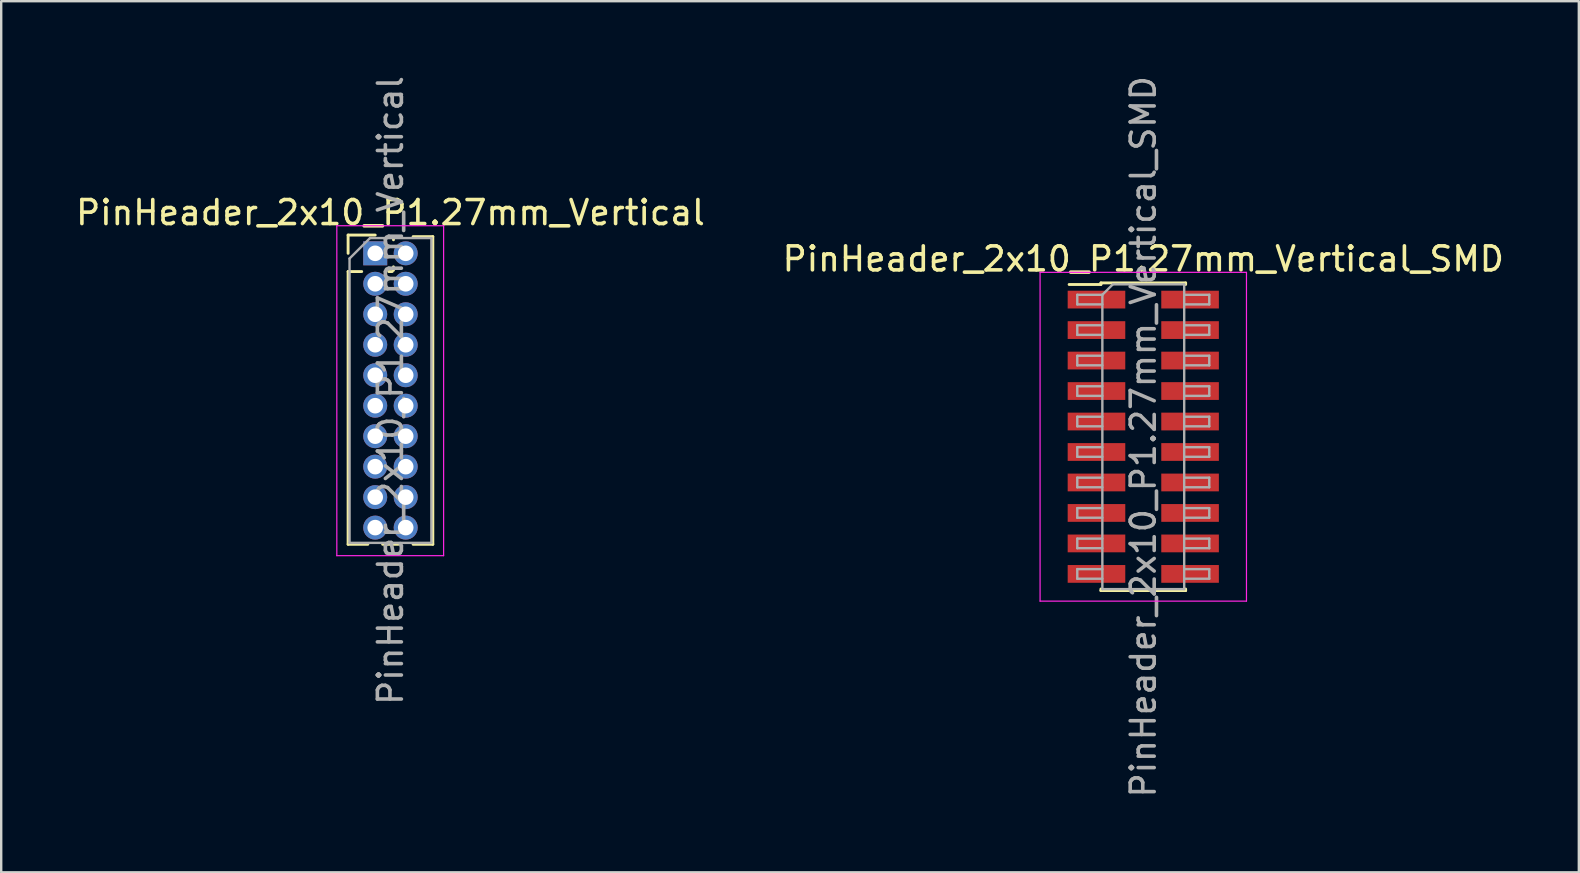
<source format=kicad_pcb>
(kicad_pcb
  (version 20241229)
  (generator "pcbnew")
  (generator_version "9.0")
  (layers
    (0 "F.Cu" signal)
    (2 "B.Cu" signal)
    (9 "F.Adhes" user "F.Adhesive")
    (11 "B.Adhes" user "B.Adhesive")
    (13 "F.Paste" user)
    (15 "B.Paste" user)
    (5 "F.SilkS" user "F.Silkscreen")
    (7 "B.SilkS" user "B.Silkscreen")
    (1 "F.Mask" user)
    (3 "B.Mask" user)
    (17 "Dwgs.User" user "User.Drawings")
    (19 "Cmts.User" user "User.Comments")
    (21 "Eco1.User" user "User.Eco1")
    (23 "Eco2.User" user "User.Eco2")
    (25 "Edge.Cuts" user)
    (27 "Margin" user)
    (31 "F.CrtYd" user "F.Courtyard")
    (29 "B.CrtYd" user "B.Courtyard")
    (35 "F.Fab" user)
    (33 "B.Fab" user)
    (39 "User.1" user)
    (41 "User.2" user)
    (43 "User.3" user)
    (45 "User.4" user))
  (footprint "PinHeader_2x10_P1.27mm_Vertical"
    (layer "F.Cu")
    (at 12.585 7.505)
    (property "Reference" "PinHeader_2x10_P1.27mm_Vertical" (at 0.635 -1.695 0) (layer "F.SilkS") (effects (font (size 1 1) (thickness 0.15))))
    (attr through_hole)
    (fp_line (start -1.13 -0.76) (end 0 -0.76) (stroke (width 0.12) (type solid)) (layer "F.SilkS"))
    (fp_line (start -1.13 0) (end -1.13 -0.76) (stroke (width 0.12) (type solid)) (layer "F.SilkS"))
    (fp_line (start -1.13 0.76) (end -1.13 12.125) (stroke (width 0.12) (type solid)) (layer "F.SilkS"))
    (fp_line (start -1.13 0.76) (end -0.563 0.76) (stroke (width 0.12) (type solid)) (layer "F.SilkS"))
    (fp_line (start -1.13 12.125) (end -0.308 12.125) (stroke (width 0.12) (type solid)) (layer "F.SilkS"))
    (fp_line (start 0.308 12.125) (end 0.962 12.125) (stroke (width 0.12) (type solid)) (layer "F.SilkS"))
    (fp_line (start 0.563 0.76) (end 0.707 0.76) (stroke (width 0.12) (type solid)) (layer "F.SilkS"))
    (fp_line (start 0.76 -0.695) (end 0.962 -0.695) (stroke (width 0.12) (type solid)) (layer "F.SilkS"))
    (fp_line (start 0.76 -0.563) (end 0.76 -0.695) (stroke (width 0.12) (type solid)) (layer "F.SilkS"))
    (fp_line (start 0.76 0.707) (end 0.76 0.563) (stroke (width 0.12) (type solid)) (layer "F.SilkS"))
    (fp_line (start 1.578 -0.695) (end 2.4 -0.695) (stroke (width 0.12) (type solid)) (layer "F.SilkS"))
    (fp_line (start 1.578 12.125) (end 2.4 12.125) (stroke (width 0.12) (type solid)) (layer "F.SilkS"))
    (fp_line (start 2.4 -0.695) (end 2.4 12.125) (stroke (width 0.12) (type solid)) (layer "F.SilkS"))
    (fp_line (start -1.6 -1.15) (end -1.6 12.6) (stroke (width 0.05) (type solid)) (layer "F.CrtYd"))
    (fp_line (start -1.6 12.6) (end 2.85 12.6) (stroke (width 0.05) (type solid)) (layer "F.CrtYd"))
    (fp_line (start 2.85 -1.15) (end -1.6 -1.15) (stroke (width 0.05) (type solid)) (layer "F.CrtYd"))
    (fp_line (start 2.85 12.6) (end 2.85 -1.15) (stroke (width 0.05) (type solid)) (layer "F.CrtYd"))
    (fp_line (start -1.07 0.217) (end -0.217 -0.635) (stroke (width 0.1) (type solid)) (layer "F.Fab"))
    (fp_line (start -1.07 12.065) (end -1.07 0.217) (stroke (width 0.1) (type solid)) (layer "F.Fab"))
    (fp_line (start -0.217 -0.635) (end 2.34 -0.635) (stroke (width 0.1) (type solid)) (layer "F.Fab"))
    (fp_line (start 2.34 -0.635) (end 2.34 12.065) (stroke (width 0.1) (type solid)) (layer "F.Fab"))
    (fp_line (start 2.34 12.065) (end -1.07 12.065) (stroke (width 0.1) (type solid)) (layer "F.Fab"))
    (fp_text user "${REFERENCE}" (at 0.635 5.715 90) (layer "F.Fab") (effects (font (size 1 1) (thickness 0.15))))
    (pad "1" thru_hole rect (at 0 0) (size 1 1) (drill 0.65) (layers "*.Cu" "*.Mask"))
    (pad "2" thru_hole oval (at 1.27 0) (size 1 1) (drill 0.65) (layers "*.Cu" "*.Mask"))
    (pad "3" thru_hole oval (at 0 1.27) (size 1 1) (drill 0.65) (layers "*.Cu" "*.Mask"))
    (pad "4" thru_hole oval (at 1.27 1.27) (size 1 1) (drill 0.65) (layers "*.Cu" "*.Mask"))
    (pad "5" thru_hole oval (at 0 2.54) (size 1 1) (drill 0.65) (layers "*.Cu" "*.Mask"))
    (pad "6" thru_hole oval (at 1.27 2.54) (size 1 1) (drill 0.65) (layers "*.Cu" "*.Mask"))
    (pad "7" thru_hole oval (at 0 3.81) (size 1 1) (drill 0.65) (layers "*.Cu" "*.Mask"))
    (pad "8" thru_hole oval (at 1.27 3.81) (size 1 1) (drill 0.65) (layers "*.Cu" "*.Mask"))
    (pad "9" thru_hole oval (at 0 5.08) (size 1 1) (drill 0.65) (layers "*.Cu" "*.Mask"))
    (pad "10" thru_hole oval (at 1.27 5.08) (size 1 1) (drill 0.65) (layers "*.Cu" "*.Mask"))
    (pad "11" thru_hole oval (at 0 6.35) (size 1 1) (drill 0.65) (layers "*.Cu" "*.Mask"))
    (pad "12" thru_hole oval (at 1.27 6.35) (size 1 1) (drill 0.65) (layers "*.Cu" "*.Mask"))
    (pad "13" thru_hole oval (at 0 7.62) (size 1 1) (drill 0.65) (layers "*.Cu" "*.Mask"))
    (pad "14" thru_hole oval (at 1.27 7.62) (size 1 1) (drill 0.65) (layers "*.Cu" "*.Mask"))
    (pad "15" thru_hole oval (at 0 8.89) (size 1 1) (drill 0.65) (layers "*.Cu" "*.Mask"))
    (pad "16" thru_hole oval (at 1.27 8.89) (size 1 1) (drill 0.65) (layers "*.Cu" "*.Mask"))
    (pad "17" thru_hole oval (at 0 10.16) (size 1 1) (drill 0.65) (layers "*.Cu" "*.Mask"))
    (pad "18" thru_hole oval (at 1.27 10.16) (size 1 1) (drill 0.65) (layers "*.Cu" "*.Mask"))
    (pad "19" thru_hole oval (at 0 11.43) (size 1 1) (drill 0.65) (layers "*.Cu" "*.Mask"))
    (pad "20" thru_hole oval (at 1.27 11.43) (size 1 1) (drill 0.65) (layers "*.Cu" "*.Mask")))
  (footprint "PinHeader_2x10_P1.27mm_Vertical_SMD"
    (layer "F.Cu")
    (at 44.589 15.149)
    (property "Reference" "PinHeader_2x10_P1.27mm_Vertical_SMD" (at 0 -7.41 0) (layer "F.SilkS") (effects (font (size 1 1) (thickness 0.15))))
    (attr smd)
    (fp_line (start -3.09 -6.345) (end -1.765 -6.345) (stroke (width 0.12) (type solid)) (layer "F.SilkS"))
    (fp_line (start -1.765 -6.41) (end -1.765 -6.345) (stroke (width 0.12) (type solid)) (layer "F.SilkS"))
    (fp_line (start -1.765 -6.41) (end 1.765 -6.41) (stroke (width 0.12) (type solid)) (layer "F.SilkS"))
    (fp_line (start -1.765 6.345) (end -1.765 6.41) (stroke (width 0.12) (type solid)) (layer "F.SilkS"))
    (fp_line (start -1.765 6.41) (end 1.765 6.41) (stroke (width 0.12) (type solid)) (layer "F.SilkS"))
    (fp_line (start 1.765 -6.41) (end 1.765 -6.345) (stroke (width 0.12) (type solid)) (layer "F.SilkS"))
    (fp_line (start 1.765 6.345) (end 1.765 6.41) (stroke (width 0.12) (type solid)) (layer "F.SilkS"))
    (fp_line (start -4.3 -6.85) (end -4.3 6.85) (stroke (width 0.05) (type solid)) (layer "F.CrtYd"))
    (fp_line (start -4.3 6.85) (end 4.3 6.85) (stroke (width 0.05) (type solid)) (layer "F.CrtYd"))
    (fp_line (start 4.3 -6.85) (end -4.3 -6.85) (stroke (width 0.05) (type solid)) (layer "F.CrtYd"))
    (fp_line (start 4.3 6.85) (end 4.3 -6.85) (stroke (width 0.05) (type solid)) (layer "F.CrtYd"))
    (fp_line (start -2.75 -5.915) (end -2.75 -5.515) (stroke (width 0.1) (type solid)) (layer "F.Fab"))
    (fp_line (start -2.75 -5.515) (end -1.705 -5.515) (stroke (width 0.1) (type solid)) (layer "F.Fab"))
    (fp_line (start -2.75 -4.645) (end -2.75 -4.245) (stroke (width 0.1) (type solid)) (layer "F.Fab"))
    (fp_line (start -2.75 -4.245) (end -1.705 -4.245) (stroke (width 0.1) (type solid)) (layer "F.Fab"))
    (fp_line (start -2.75 -3.375) (end -2.75 -2.975) (stroke (width 0.1) (type solid)) (layer "F.Fab"))
    (fp_line (start -2.75 -2.975) (end -1.705 -2.975) (stroke (width 0.1) (type solid)) (layer "F.Fab"))
    (fp_line (start -2.75 -2.105) (end -2.75 -1.705) (stroke (width 0.1) (type solid)) (layer "F.Fab"))
    (fp_line (start -2.75 -1.705) (end -1.705 -1.705) (stroke (width 0.1) (type solid)) (layer "F.Fab"))
    (fp_line (start -2.75 -0.835) (end -2.75 -0.435) (stroke (width 0.1) (type solid)) (layer "F.Fab"))
    (fp_line (start -2.75 -0.435) (end -1.705 -0.435) (stroke (width 0.1) (type solid)) (layer "F.Fab"))
    (fp_line (start -2.75 0.435) (end -2.75 0.835) (stroke (width 0.1) (type solid)) (layer "F.Fab"))
    (fp_line (start -2.75 0.835) (end -1.705 0.835) (stroke (width 0.1) (type solid)) (layer "F.Fab"))
    (fp_line (start -2.75 1.705) (end -2.75 2.105) (stroke (width 0.1) (type solid)) (layer "F.Fab"))
    (fp_line (start -2.75 2.105) (end -1.705 2.105) (stroke (width 0.1) (type solid)) (layer "F.Fab"))
    (fp_line (start -2.75 2.975) (end -2.75 3.375) (stroke (width 0.1) (type solid)) (layer "F.Fab"))
    (fp_line (start -2.75 3.375) (end -1.705 3.375) (stroke (width 0.1) (type solid)) (layer "F.Fab"))
    (fp_line (start -2.75 4.245) (end -2.75 4.645) (stroke (width 0.1) (type solid)) (layer "F.Fab"))
    (fp_line (start -2.75 4.645) (end -1.705 4.645) (stroke (width 0.1) (type solid)) (layer "F.Fab"))
    (fp_line (start -2.75 5.515) (end -2.75 5.915) (stroke (width 0.1) (type solid)) (layer "F.Fab"))
    (fp_line (start -2.75 5.915) (end -1.705 5.915) (stroke (width 0.1) (type solid)) (layer "F.Fab"))
    (fp_line (start -1.705 -5.915) (end -2.75 -5.915) (stroke (width 0.1) (type solid)) (layer "F.Fab"))
    (fp_line (start -1.705 -5.915) (end -1.27 -6.35) (stroke (width 0.1) (type solid)) (layer "F.Fab"))
    (fp_line (start -1.705 -4.645) (end -2.75 -4.645) (stroke (width 0.1) (type solid)) (layer "F.Fab"))
    (fp_line (start -1.705 -3.375) (end -2.75 -3.375) (stroke (width 0.1) (type solid)) (layer "F.Fab"))
    (fp_line (start -1.705 -2.105) (end -2.75 -2.105) (stroke (width 0.1) (type solid)) (layer "F.Fab"))
    (fp_line (start -1.705 -0.835) (end -2.75 -0.835) (stroke (width 0.1) (type solid)) (layer "F.Fab"))
    (fp_line (start -1.705 0.435) (end -2.75 0.435) (stroke (width 0.1) (type solid)) (layer "F.Fab"))
    (fp_line (start -1.705 1.705) (end -2.75 1.705) (stroke (width 0.1) (type solid)) (layer "F.Fab"))
    (fp_line (start -1.705 2.975) (end -2.75 2.975) (stroke (width 0.1) (type solid)) (layer "F.Fab"))
    (fp_line (start -1.705 4.245) (end -2.75 4.245) (stroke (width 0.1) (type solid)) (layer "F.Fab"))
    (fp_line (start -1.705 5.515) (end -2.75 5.515) (stroke (width 0.1) (type solid)) (layer "F.Fab"))
    (fp_line (start -1.705 6.35) (end -1.705 -5.915) (stroke (width 0.1) (type solid)) (layer "F.Fab"))
    (fp_line (start -1.27 -6.35) (end 1.705 -6.35) (stroke (width 0.1) (type solid)) (layer "F.Fab"))
    (fp_line (start 1.705 -6.35) (end 1.705 6.35) (stroke (width 0.1) (type solid)) (layer "F.Fab"))
    (fp_line (start 1.705 -5.915) (end 2.75 -5.915) (stroke (width 0.1) (type solid)) (layer "F.Fab"))
    (fp_line (start 1.705 -4.645) (end 2.75 -4.645) (stroke (width 0.1) (type solid)) (layer "F.Fab"))
    (fp_line (start 1.705 -3.375) (end 2.75 -3.375) (stroke (width 0.1) (type solid)) (layer "F.Fab"))
    (fp_line (start 1.705 -2.105) (end 2.75 -2.105) (stroke (width 0.1) (type solid)) (layer "F.Fab"))
    (fp_line (start 1.705 -0.835) (end 2.75 -0.835) (stroke (width 0.1) (type solid)) (layer "F.Fab"))
    (fp_line (start 1.705 0.435) (end 2.75 0.435) (stroke (width 0.1) (type solid)) (layer "F.Fab"))
    (fp_line (start 1.705 1.705) (end 2.75 1.705) (stroke (width 0.1) (type solid)) (layer "F.Fab"))
    (fp_line (start 1.705 2.975) (end 2.75 2.975) (stroke (width 0.1) (type solid)) (layer "F.Fab"))
    (fp_line (start 1.705 4.245) (end 2.75 4.245) (stroke (width 0.1) (type solid)) (layer "F.Fab"))
    (fp_line (start 1.705 5.515) (end 2.75 5.515) (stroke (width 0.1) (type solid)) (layer "F.Fab"))
    (fp_line (start 1.705 6.35) (end -1.705 6.35) (stroke (width 0.1) (type solid)) (layer "F.Fab"))
    (fp_line (start 2.75 -5.915) (end 2.75 -5.515) (stroke (width 0.1) (type solid)) (layer "F.Fab"))
    (fp_line (start 2.75 -5.515) (end 1.705 -5.515) (stroke (width 0.1) (type solid)) (layer "F.Fab"))
    (fp_line (start 2.75 -4.645) (end 2.75 -4.245) (stroke (width 0.1) (type solid)) (layer "F.Fab"))
    (fp_line (start 2.75 -4.245) (end 1.705 -4.245) (stroke (width 0.1) (type solid)) (layer "F.Fab"))
    (fp_line (start 2.75 -3.375) (end 2.75 -2.975) (stroke (width 0.1) (type solid)) (layer "F.Fab"))
    (fp_line (start 2.75 -2.975) (end 1.705 -2.975) (stroke (width 0.1) (type solid)) (layer "F.Fab"))
    (fp_line (start 2.75 -2.105) (end 2.75 -1.705) (stroke (width 0.1) (type solid)) (layer "F.Fab"))
    (fp_line (start 2.75 -1.705) (end 1.705 -1.705) (stroke (width 0.1) (type solid)) (layer "F.Fab"))
    (fp_line (start 2.75 -0.835) (end 2.75 -0.435) (stroke (width 0.1) (type solid)) (layer "F.Fab"))
    (fp_line (start 2.75 -0.435) (end 1.705 -0.435) (stroke (width 0.1) (type solid)) (layer "F.Fab"))
    (fp_line (start 2.75 0.435) (end 2.75 0.835) (stroke (width 0.1) (type solid)) (layer "F.Fab"))
    (fp_line (start 2.75 0.835) (end 1.705 0.835) (stroke (width 0.1) (type solid)) (layer "F.Fab"))
    (fp_line (start 2.75 1.705) (end 2.75 2.105) (stroke (width 0.1) (type solid)) (layer "F.Fab"))
    (fp_line (start 2.75 2.105) (end 1.705 2.105) (stroke (width 0.1) (type solid)) (layer "F.Fab"))
    (fp_line (start 2.75 2.975) (end 2.75 3.375) (stroke (width 0.1) (type solid)) (layer "F.Fab"))
    (fp_line (start 2.75 3.375) (end 1.705 3.375) (stroke (width 0.1) (type solid)) (layer "F.Fab"))
    (fp_line (start 2.75 4.245) (end 2.75 4.645) (stroke (width 0.1) (type solid)) (layer "F.Fab"))
    (fp_line (start 2.75 4.645) (end 1.705 4.645) (stroke (width 0.1) (type solid)) (layer "F.Fab"))
    (fp_line (start 2.75 5.515) (end 2.75 5.915) (stroke (width 0.1) (type solid)) (layer "F.Fab"))
    (fp_line (start 2.75 5.915) (end 1.705 5.915) (stroke (width 0.1) (type solid)) (layer "F.Fab"))
    (fp_text user "${REFERENCE}" (at 0 0 90) (layer "F.Fab") (effects (font (size 1 1) (thickness 0.15))))
    (pad "1" smd rect (at -1.95 -5.715) (size 2.4 0.74) (layers "F.Cu" "F.Mask" "F.Paste"))
    (pad "2" smd rect (at 1.95 -5.715) (size 2.4 0.74) (layers "F.Cu" "F.Mask" "F.Paste"))
    (pad "3" smd rect (at -1.95 -4.445) (size 2.4 0.74) (layers "F.Cu" "F.Mask" "F.Paste"))
    (pad "4" smd rect (at 1.95 -4.445) (size 2.4 0.74) (layers "F.Cu" "F.Mask" "F.Paste"))
    (pad "5" smd rect (at -1.95 -3.175) (size 2.4 0.74) (layers "F.Cu" "F.Mask" "F.Paste"))
    (pad "6" smd rect (at 1.95 -3.175) (size 2.4 0.74) (layers "F.Cu" "F.Mask" "F.Paste"))
    (pad "7" smd rect (at -1.95 -1.905) (size 2.4 0.74) (layers "F.Cu" "F.Mask" "F.Paste"))
    (pad "8" smd rect (at 1.95 -1.905) (size 2.4 0.74) (layers "F.Cu" "F.Mask" "F.Paste"))
    (pad "9" smd rect (at -1.95 -0.635) (size 2.4 0.74) (layers "F.Cu" "F.Mask" "F.Paste"))
    (pad "10" smd rect (at 1.95 -0.635) (size 2.4 0.74) (layers "F.Cu" "F.Mask" "F.Paste"))
    (pad "11" smd rect (at -1.95 0.635) (size 2.4 0.74) (layers "F.Cu" "F.Mask" "F.Paste"))
    (pad "12" smd rect (at 1.95 0.635) (size 2.4 0.74) (layers "F.Cu" "F.Mask" "F.Paste"))
    (pad "13" smd rect (at -1.95 1.905) (size 2.4 0.74) (layers "F.Cu" "F.Mask" "F.Paste"))
    (pad "14" smd rect (at 1.95 1.905) (size 2.4 0.74) (layers "F.Cu" "F.Mask" "F.Paste"))
    (pad "15" smd rect (at -1.95 3.175) (size 2.4 0.74) (layers "F.Cu" "F.Mask" "F.Paste"))
    (pad "16" smd rect (at 1.95 3.175) (size 2.4 0.74) (layers "F.Cu" "F.Mask" "F.Paste"))
    (pad "17" smd rect (at -1.95 4.445) (size 2.4 0.74) (layers "F.Cu" "F.Mask" "F.Paste"))
    (pad "18" smd rect (at 1.95 4.445) (size 2.4 0.74) (layers "F.Cu" "F.Mask" "F.Paste"))
    (pad "19" smd rect (at -1.95 5.715) (size 2.4 0.74) (layers "F.Cu" "F.Mask" "F.Paste"))
    (pad "20" smd rect (at 1.95 5.715) (size 2.4 0.74) (layers "F.Cu" "F.Mask" "F.Paste")))
  (gr_rect
    (start -3 -3)
    (end 62.738 33.298)
    (stroke (width 0.1) (type default))
    (fill no)
    (layer "Edge.Cuts")))
</source>
